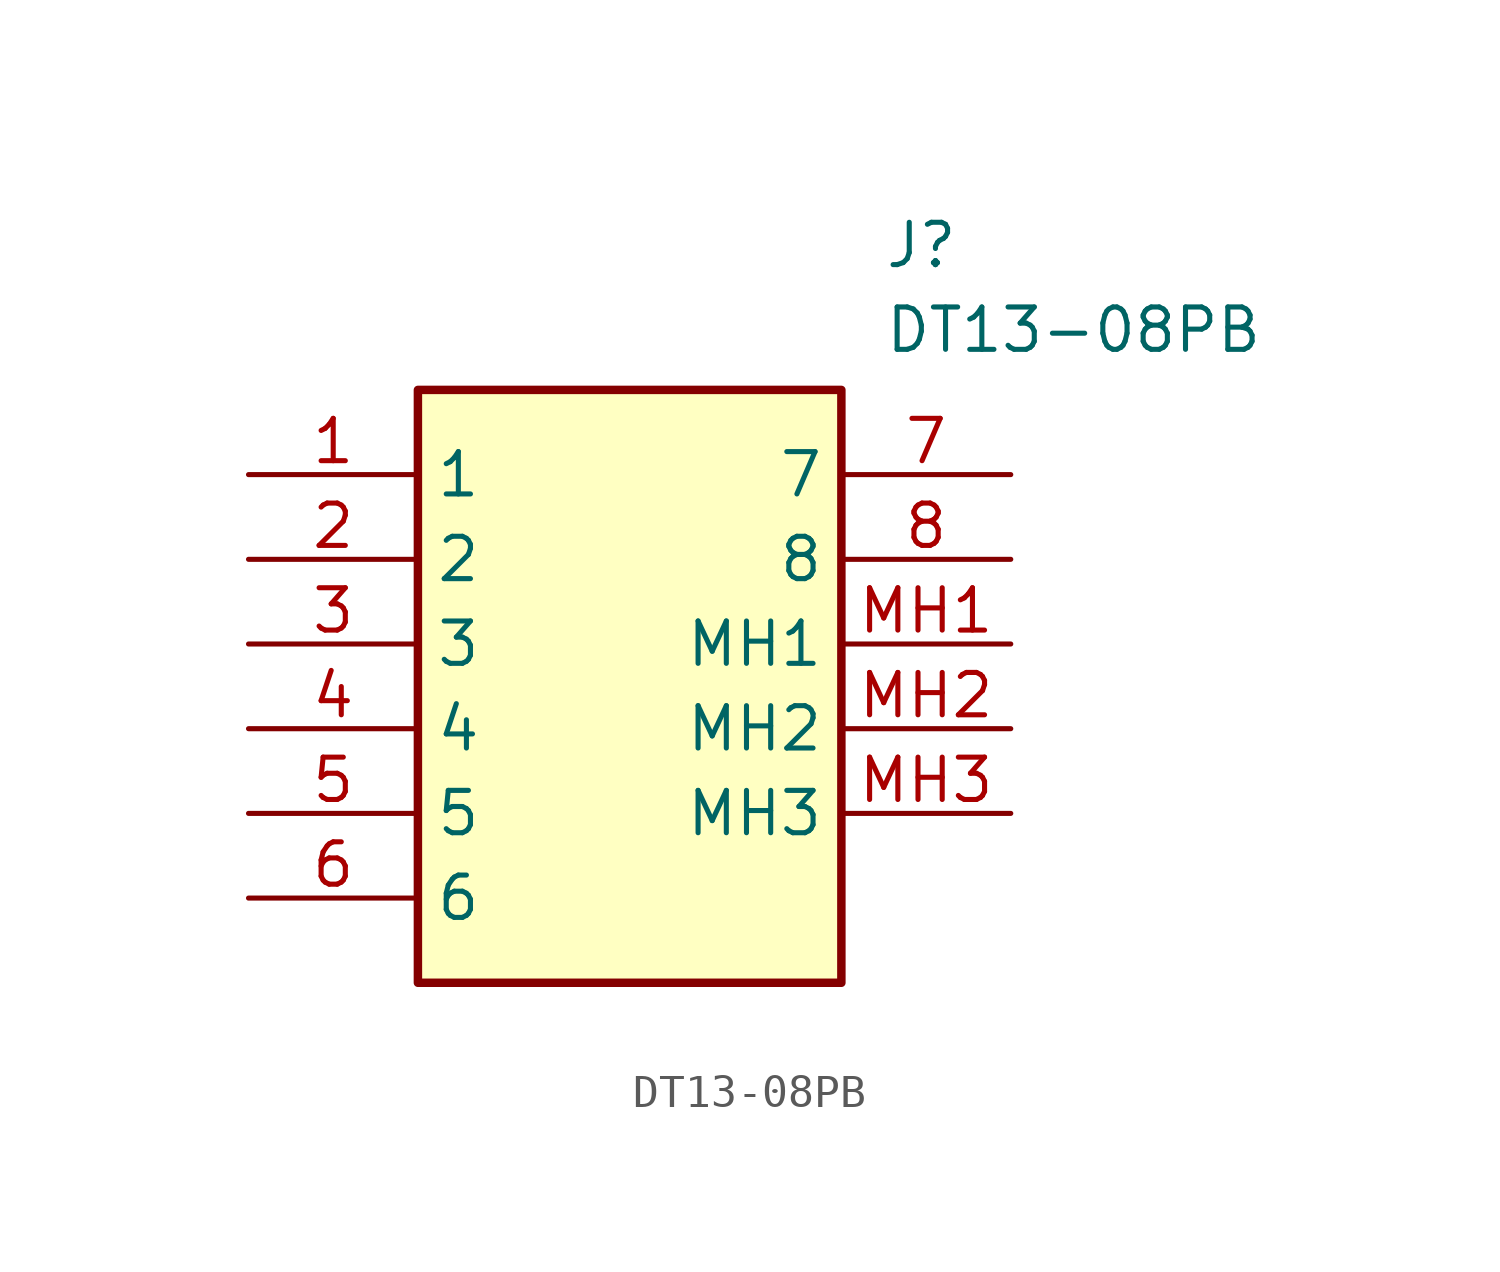
<source format=kicad_sym>
(kicad_symbol_lib
  (version 20211014)
  (generator SamacSys_ECAD_Model)
  (symbol "DT13-08PB"
    (property "Reference" "J"
      (at 19.05 7.62 0)
      (effects (font (size 1.27 1.27)) (justify left top)))
    (property "Value" "DT13-08PB"
      (at 19.05 5.08 0)
      (effects (font (size 1.27 1.27)) (justify left top)))
    (rectangle
      (start 5.08 2.54)
      (end 17.78 -15.24)
      (stroke (width 0.254) (type default))
      (fill (type background)))
    (pin passive line
      (at 0 0 0)
      (length 5.08)
      (name "1" (effects (font (size 1.27 1.27))))
      (number "1" (effects (font (size 1.27 1.27)))))
    (pin passive line
      (at 0 -2.54 0)
      (length 5.08)
      (name "2" (effects (font (size 1.27 1.27))))
      (number "2" (effects (font (size 1.27 1.27)))))
    (pin passive line
      (at 0 -5.08 0)
      (length 5.08)
      (name "3" (effects (font (size 1.27 1.27))))
      (number "3" (effects (font (size 1.27 1.27)))))
    (pin passive line
      (at 0 -7.62 0)
      (length 5.08)
      (name "4" (effects (font (size 1.27 1.27))))
      (number "4" (effects (font (size 1.27 1.27)))))
    (pin passive line
      (at 0 -10.16 0)
      (length 5.08)
      (name "5" (effects (font (size 1.27 1.27))))
      (number "5" (effects (font (size 1.27 1.27)))))
    (pin passive line
      (at 0 -12.7 0)
      (length 5.08)
      (name "6" (effects (font (size 1.27 1.27))))
      (number "6" (effects (font (size 1.27 1.27)))))
    (pin passive line
      (at 22.86 0 180)
      (length 5.08)
      (name "7" (effects (font (size 1.27 1.27))))
      (number "7" (effects (font (size 1.27 1.27)))))
    (pin passive line
      (at 22.86 -2.54 180)
      (length 5.08)
      (name "8" (effects (font (size 1.27 1.27))))
      (number "8" (effects (font (size 1.27 1.27)))))
    (pin passive line
      (at 22.86 -5.08 180)
      (length 5.08)
      (name "MH1" (effects (font (size 1.27 1.27))))
      (number "MH1" (effects (font (size 1.27 1.27)))))
    (pin passive line
      (at 22.86 -7.62 180)
      (length 5.08)
      (name "MH2" (effects (font (size 1.27 1.27))))
      (number "MH2" (effects (font (size 1.27 1.27)))))
    (pin passive line
      (at 22.86 -10.16 180)
      (length 5.08)
      (name "MH3" (effects (font (size 1.27 1.27))))
      (number "MH3" (effects (font (size 1.27 1.27)))))))
</source>
